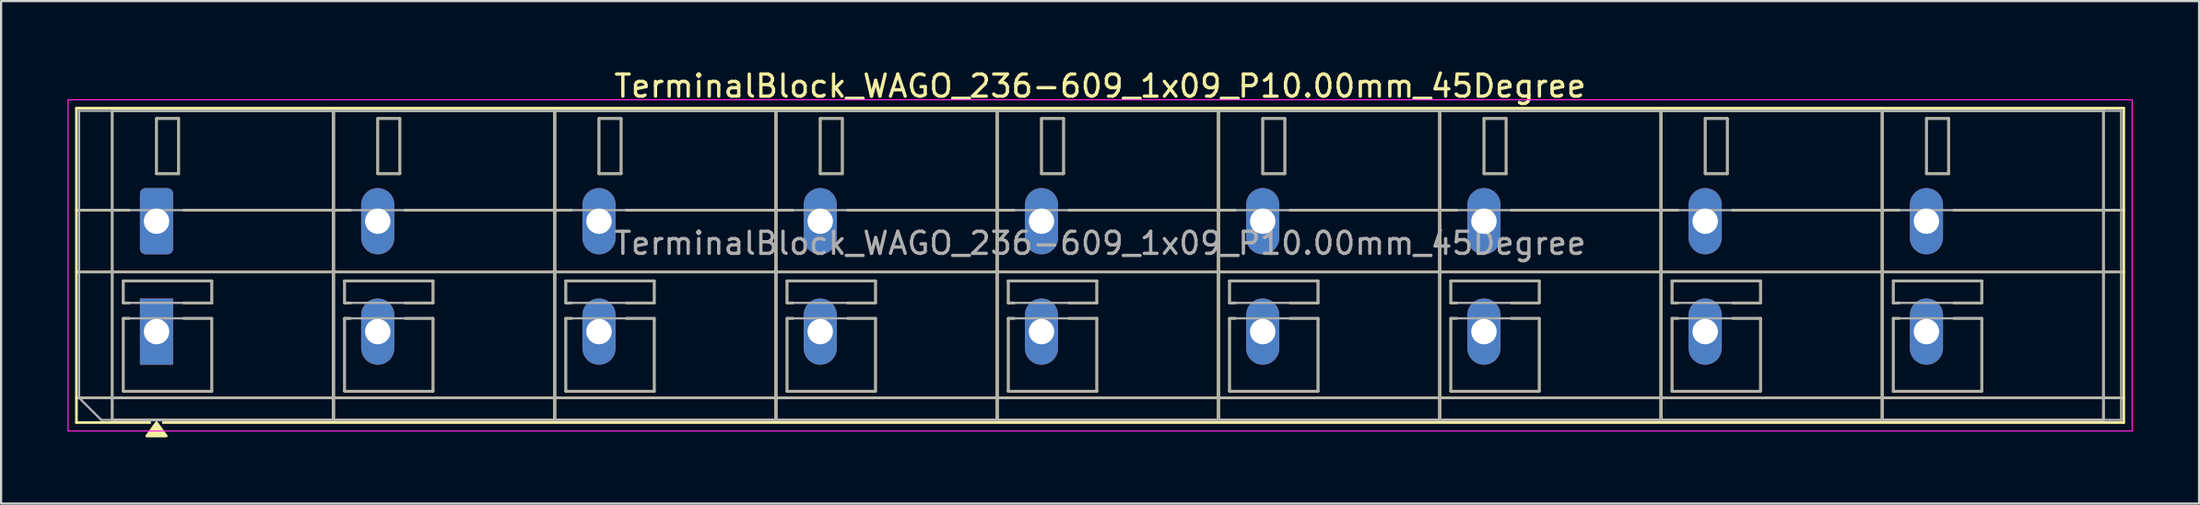
<source format=kicad_pcb>
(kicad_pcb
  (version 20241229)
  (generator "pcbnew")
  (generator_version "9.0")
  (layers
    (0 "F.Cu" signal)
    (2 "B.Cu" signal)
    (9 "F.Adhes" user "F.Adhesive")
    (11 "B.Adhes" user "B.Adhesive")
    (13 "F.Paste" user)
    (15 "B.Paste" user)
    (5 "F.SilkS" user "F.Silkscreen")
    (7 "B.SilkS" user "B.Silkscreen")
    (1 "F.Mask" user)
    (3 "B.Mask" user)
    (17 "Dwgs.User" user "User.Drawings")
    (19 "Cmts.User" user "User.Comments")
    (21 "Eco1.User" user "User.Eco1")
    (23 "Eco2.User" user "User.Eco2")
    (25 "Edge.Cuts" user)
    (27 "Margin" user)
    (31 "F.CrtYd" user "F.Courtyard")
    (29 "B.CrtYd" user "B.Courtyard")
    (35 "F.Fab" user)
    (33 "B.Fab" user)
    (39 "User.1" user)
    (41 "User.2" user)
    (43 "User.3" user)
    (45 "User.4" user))
  (footprint "TerminalBlock_WAGO_236-609_1x09_P10.00mm_45Degree"
    (layer "F.Cu")
    (at 4.025 6.968)
    (property "Reference" "TerminalBlock_WAGO_236-609_1x09_P10.00mm_45Degree" (at 42.65 -6.12 0) (layer "F.SilkS") (effects (font (size 1 1) (thickness 0.15))))
    (attr through_hole)
    (fp_line (start -3.62 -5.12) (end 88.92 -5.12) (stroke (width 0.12) (type solid)) (layer "F.SilkS"))
    (fp_line (start -3.62 -0.5) (end -1.23 -0.5) (stroke (width 0.12) (type solid)) (layer "F.SilkS"))
    (fp_line (start -3.62 2.3) (end 88.92 2.3) (stroke (width 0.12) (type solid)) (layer "F.SilkS"))
    (fp_line (start -3.62 8) (end 88.92 8) (stroke (width 0.12) (type solid)) (layer "F.SilkS"))
    (fp_line (start -3.62 9.12) (end -3.62 -5.12) (stroke (width 0.12) (type solid)) (layer "F.SilkS"))
    (fp_line (start -2 -5) (end 8 -5) (stroke (width 0.12) (type solid)) (layer "F.SilkS"))
    (fp_line (start -2 9) (end -2 -5) (stroke (width 0.12) (type solid)) (layer "F.SilkS"))
    (fp_line (start -1.5 2.7) (end 2.5 2.7) (stroke (width 0.12) (type solid)) (layer "F.SilkS"))
    (fp_line (start -1.5 3.7) (end -1.5 2.7) (stroke (width 0.12) (type solid)) (layer "F.SilkS"))
    (fp_line (start -1.5 4.4) (end -1.23 4.4) (stroke (width 0.12) (type solid)) (layer "F.SilkS"))
    (fp_line (start -1.5 7.7) (end -1.5 4.4) (stroke (width 0.12) (type solid)) (layer "F.SilkS"))
    (fp_line (start -1.23 3.7) (end -1.5 3.7) (stroke (width 0.12) (type solid)) (layer "F.SilkS"))
    (fp_line (start -0.3 9.12) (end -3.62 9.12) (stroke (width 0.12) (type solid)) (layer "F.SilkS"))
    (fp_line (start 0 -4.65) (end 1 -4.65) (stroke (width 0.12) (type solid)) (layer "F.SilkS"))
    (fp_line (start 0 -2.15) (end 0 -4.65) (stroke (width 0.12) (type solid)) (layer "F.SilkS"))
    (fp_line (start 1 -4.65) (end 1 -2.15) (stroke (width 0.12) (type solid)) (layer "F.SilkS"))
    (fp_line (start 1 -2.15) (end 0 -2.15) (stroke (width 0.12) (type solid)) (layer "F.SilkS"))
    (fp_line (start 1.23 -0.5) (end 8.77 -0.5) (stroke (width 0.12) (type solid)) (layer "F.SilkS"))
    (fp_line (start 1.23 4.4) (end 2.5 4.4) (stroke (width 0.12) (type solid)) (layer "F.SilkS"))
    (fp_line (start 2.5 2.7) (end 2.5 3.7) (stroke (width 0.12) (type solid)) (layer "F.SilkS"))
    (fp_line (start 2.5 3.7) (end 1.23 3.7) (stroke (width 0.12) (type solid)) (layer "F.SilkS"))
    (fp_line (start 2.5 4.4) (end 2.5 7.7) (stroke (width 0.12) (type solid)) (layer "F.SilkS"))
    (fp_line (start 2.5 7.7) (end -1.5 7.7) (stroke (width 0.12) (type solid)) (layer "F.SilkS"))
    (fp_line (start 8 -5) (end 8 9) (stroke (width 0.12) (type solid)) (layer "F.SilkS"))
    (fp_line (start 8 -5) (end 18 -5) (stroke (width 0.12) (type solid)) (layer "F.SilkS"))
    (fp_line (start 8 9) (end -2 9) (stroke (width 0.12) (type solid)) (layer "F.SilkS"))
    (fp_line (start 8 9) (end 8 -5) (stroke (width 0.12) (type solid)) (layer "F.SilkS"))
    (fp_line (start 8.5 2.7) (end 12.5 2.7) (stroke (width 0.12) (type solid)) (layer "F.SilkS"))
    (fp_line (start 8.5 3.7) (end 8.5 2.7) (stroke (width 0.12) (type solid)) (layer "F.SilkS"))
    (fp_line (start 8.5 4.4) (end 8.77 4.4) (stroke (width 0.12) (type solid)) (layer "F.SilkS"))
    (fp_line (start 8.5 7.7) (end 8.5 4.4) (stroke (width 0.12) (type solid)) (layer "F.SilkS"))
    (fp_line (start 8.77 3.7) (end 8.5 3.7) (stroke (width 0.12) (type solid)) (layer "F.SilkS"))
    (fp_line (start 10 -4.65) (end 11 -4.65) (stroke (width 0.12) (type solid)) (layer "F.SilkS"))
    (fp_line (start 10 -2.15) (end 10 -4.65) (stroke (width 0.12) (type solid)) (layer "F.SilkS"))
    (fp_line (start 11 -4.65) (end 11 -2.15) (stroke (width 0.12) (type solid)) (layer "F.SilkS"))
    (fp_line (start 11 -2.15) (end 10 -2.15) (stroke (width 0.12) (type solid)) (layer "F.SilkS"))
    (fp_line (start 11.23 -0.5) (end 18.77 -0.5) (stroke (width 0.12) (type solid)) (layer "F.SilkS"))
    (fp_line (start 11.23 4.4) (end 12.5 4.4) (stroke (width 0.12) (type solid)) (layer "F.SilkS"))
    (fp_line (start 12.5 2.7) (end 12.5 3.7) (stroke (width 0.12) (type solid)) (layer "F.SilkS"))
    (fp_line (start 12.5 3.7) (end 11.23 3.7) (stroke (width 0.12) (type solid)) (layer "F.SilkS"))
    (fp_line (start 12.5 4.4) (end 12.5 7.7) (stroke (width 0.12) (type solid)) (layer "F.SilkS"))
    (fp_line (start 12.5 7.7) (end 8.5 7.7) (stroke (width 0.12) (type solid)) (layer "F.SilkS"))
    (fp_line (start 18 -5) (end 18 9) (stroke (width 0.12) (type solid)) (layer "F.SilkS"))
    (fp_line (start 18 -5) (end 28 -5) (stroke (width 0.12) (type solid)) (layer "F.SilkS"))
    (fp_line (start 18 9) (end 8 9) (stroke (width 0.12) (type solid)) (layer "F.SilkS"))
    (fp_line (start 18 9) (end 18 -5) (stroke (width 0.12) (type solid)) (layer "F.SilkS"))
    (fp_line (start 18.5 2.7) (end 22.5 2.7) (stroke (width 0.12) (type solid)) (layer "F.SilkS"))
    (fp_line (start 18.5 3.7) (end 18.5 2.7) (stroke (width 0.12) (type solid)) (layer "F.SilkS"))
    (fp_line (start 18.5 4.4) (end 18.77 4.4) (stroke (width 0.12) (type solid)) (layer "F.SilkS"))
    (fp_line (start 18.5 7.7) (end 18.5 4.4) (stroke (width 0.12) (type solid)) (layer "F.SilkS"))
    (fp_line (start 18.77 3.7) (end 18.5 3.7) (stroke (width 0.12) (type solid)) (layer "F.SilkS"))
    (fp_line (start 20 -4.65) (end 21 -4.65) (stroke (width 0.12) (type solid)) (layer "F.SilkS"))
    (fp_line (start 20 -2.15) (end 20 -4.65) (stroke (width 0.12) (type solid)) (layer "F.SilkS"))
    (fp_line (start 21 -4.65) (end 21 -2.15) (stroke (width 0.12) (type solid)) (layer "F.SilkS"))
    (fp_line (start 21 -2.15) (end 20 -2.15) (stroke (width 0.12) (type solid)) (layer "F.SilkS"))
    (fp_line (start 21.23 -0.5) (end 28.77 -0.5) (stroke (width 0.12) (type solid)) (layer "F.SilkS"))
    (fp_line (start 21.23 4.4) (end 22.5 4.4) (stroke (width 0.12) (type solid)) (layer "F.SilkS"))
    (fp_line (start 22.5 2.7) (end 22.5 3.7) (stroke (width 0.12) (type solid)) (layer "F.SilkS"))
    (fp_line (start 22.5 3.7) (end 21.23 3.7) (stroke (width 0.12) (type solid)) (layer "F.SilkS"))
    (fp_line (start 22.5 4.4) (end 22.5 7.7) (stroke (width 0.12) (type solid)) (layer "F.SilkS"))
    (fp_line (start 22.5 7.7) (end 18.5 7.7) (stroke (width 0.12) (type solid)) (layer "F.SilkS"))
    (fp_line (start 28 -5) (end 28 9) (stroke (width 0.12) (type solid)) (layer "F.SilkS"))
    (fp_line (start 28 -5) (end 38 -5) (stroke (width 0.12) (type solid)) (layer "F.SilkS"))
    (fp_line (start 28 9) (end 18 9) (stroke (width 0.12) (type solid)) (layer "F.SilkS"))
    (fp_line (start 28 9) (end 28 -5) (stroke (width 0.12) (type solid)) (layer "F.SilkS"))
    (fp_line (start 28.5 2.7) (end 32.5 2.7) (stroke (width 0.12) (type solid)) (layer "F.SilkS"))
    (fp_line (start 28.5 3.7) (end 28.5 2.7) (stroke (width 0.12) (type solid)) (layer "F.SilkS"))
    (fp_line (start 28.5 4.4) (end 28.77 4.4) (stroke (width 0.12) (type solid)) (layer "F.SilkS"))
    (fp_line (start 28.5 7.7) (end 28.5 4.4) (stroke (width 0.12) (type solid)) (layer "F.SilkS"))
    (fp_line (start 28.77 3.7) (end 28.5 3.7) (stroke (width 0.12) (type solid)) (layer "F.SilkS"))
    (fp_line (start 30 -4.65) (end 31 -4.65) (stroke (width 0.12) (type solid)) (layer "F.SilkS"))
    (fp_line (start 30 -2.15) (end 30 -4.65) (stroke (width 0.12) (type solid)) (layer "F.SilkS"))
    (fp_line (start 31 -4.65) (end 31 -2.15) (stroke (width 0.12) (type solid)) (layer "F.SilkS"))
    (fp_line (start 31 -2.15) (end 30 -2.15) (stroke (width 0.12) (type solid)) (layer "F.SilkS"))
    (fp_line (start 31.23 -0.5) (end 38.77 -0.5) (stroke (width 0.12) (type solid)) (layer "F.SilkS"))
    (fp_line (start 31.23 4.4) (end 32.5 4.4) (stroke (width 0.12) (type solid)) (layer "F.SilkS"))
    (fp_line (start 32.5 2.7) (end 32.5 3.7) (stroke (width 0.12) (type solid)) (layer "F.SilkS"))
    (fp_line (start 32.5 3.7) (end 31.23 3.7) (stroke (width 0.12) (type solid)) (layer "F.SilkS"))
    (fp_line (start 32.5 4.4) (end 32.5 7.7) (stroke (width 0.12) (type solid)) (layer "F.SilkS"))
    (fp_line (start 32.5 7.7) (end 28.5 7.7) (stroke (width 0.12) (type solid)) (layer "F.SilkS"))
    (fp_line (start 38 -5) (end 38 9) (stroke (width 0.12) (type solid)) (layer "F.SilkS"))
    (fp_line (start 38 -5) (end 48 -5) (stroke (width 0.12) (type solid)) (layer "F.SilkS"))
    (fp_line (start 38 9) (end 28 9) (stroke (width 0.12) (type solid)) (layer "F.SilkS"))
    (fp_line (start 38 9) (end 38 -5) (stroke (width 0.12) (type solid)) (layer "F.SilkS"))
    (fp_line (start 38.5 2.7) (end 42.5 2.7) (stroke (width 0.12) (type solid)) (layer "F.SilkS"))
    (fp_line (start 38.5 3.7) (end 38.5 2.7) (stroke (width 0.12) (type solid)) (layer "F.SilkS"))
    (fp_line (start 38.5 4.4) (end 38.77 4.4) (stroke (width 0.12) (type solid)) (layer "F.SilkS"))
    (fp_line (start 38.5 7.7) (end 38.5 4.4) (stroke (width 0.12) (type solid)) (layer "F.SilkS"))
    (fp_line (start 38.77 3.7) (end 38.5 3.7) (stroke (width 0.12) (type solid)) (layer "F.SilkS"))
    (fp_line (start 40 -4.65) (end 41 -4.65) (stroke (width 0.12) (type solid)) (layer "F.SilkS"))
    (fp_line (start 40 -2.15) (end 40 -4.65) (stroke (width 0.12) (type solid)) (layer "F.SilkS"))
    (fp_line (start 41 -4.65) (end 41 -2.15) (stroke (width 0.12) (type solid)) (layer "F.SilkS"))
    (fp_line (start 41 -2.15) (end 40 -2.15) (stroke (width 0.12) (type solid)) (layer "F.SilkS"))
    (fp_line (start 41.23 -0.5) (end 48.77 -0.5) (stroke (width 0.12) (type solid)) (layer "F.SilkS"))
    (fp_line (start 41.23 4.4) (end 42.5 4.4) (stroke (width 0.12) (type solid)) (layer "F.SilkS"))
    (fp_line (start 42.5 2.7) (end 42.5 3.7) (stroke (width 0.12) (type solid)) (layer "F.SilkS"))
    (fp_line (start 42.5 3.7) (end 41.23 3.7) (stroke (width 0.12) (type solid)) (layer "F.SilkS"))
    (fp_line (start 42.5 4.4) (end 42.5 7.7) (stroke (width 0.12) (type solid)) (layer "F.SilkS"))
    (fp_line (start 42.5 7.7) (end 38.5 7.7) (stroke (width 0.12) (type solid)) (layer "F.SilkS"))
    (fp_line (start 48 -5) (end 48 9) (stroke (width 0.12) (type solid)) (layer "F.SilkS"))
    (fp_line (start 48 -5) (end 58 -5) (stroke (width 0.12) (type solid)) (layer "F.SilkS"))
    (fp_line (start 48 9) (end 38 9) (stroke (width 0.12) (type solid)) (layer "F.SilkS"))
    (fp_line (start 48 9) (end 48 -5) (stroke (width 0.12) (type solid)) (layer "F.SilkS"))
    (fp_line (start 48.5 2.7) (end 52.5 2.7) (stroke (width 0.12) (type solid)) (layer "F.SilkS"))
    (fp_line (start 48.5 3.7) (end 48.5 2.7) (stroke (width 0.12) (type solid)) (layer "F.SilkS"))
    (fp_line (start 48.5 4.4) (end 48.77 4.4) (stroke (width 0.12) (type solid)) (layer "F.SilkS"))
    (fp_line (start 48.5 7.7) (end 48.5 4.4) (stroke (width 0.12) (type solid)) (layer "F.SilkS"))
    (fp_line (start 48.77 3.7) (end 48.5 3.7) (stroke (width 0.12) (type solid)) (layer "F.SilkS"))
    (fp_line (start 50 -4.65) (end 51 -4.65) (stroke (width 0.12) (type solid)) (layer "F.SilkS"))
    (fp_line (start 50 -2.15) (end 50 -4.65) (stroke (width 0.12) (type solid)) (layer "F.SilkS"))
    (fp_line (start 51 -4.65) (end 51 -2.15) (stroke (width 0.12) (type solid)) (layer "F.SilkS"))
    (fp_line (start 51 -2.15) (end 50 -2.15) (stroke (width 0.12) (type solid)) (layer "F.SilkS"))
    (fp_line (start 51.23 -0.5) (end 58.77 -0.5) (stroke (width 0.12) (type solid)) (layer "F.SilkS"))
    (fp_line (start 51.23 4.4) (end 52.5 4.4) (stroke (width 0.12) (type solid)) (layer "F.SilkS"))
    (fp_line (start 52.5 2.7) (end 52.5 3.7) (stroke (width 0.12) (type solid)) (layer "F.SilkS"))
    (fp_line (start 52.5 3.7) (end 51.23 3.7) (stroke (width 0.12) (type solid)) (layer "F.SilkS"))
    (fp_line (start 52.5 4.4) (end 52.5 7.7) (stroke (width 0.12) (type solid)) (layer "F.SilkS"))
    (fp_line (start 52.5 7.7) (end 48.5 7.7) (stroke (width 0.12) (type solid)) (layer "F.SilkS"))
    (fp_line (start 58 -5) (end 58 9) (stroke (width 0.12) (type solid)) (layer "F.SilkS"))
    (fp_line (start 58 -5) (end 68 -5) (stroke (width 0.12) (type solid)) (layer "F.SilkS"))
    (fp_line (start 58 9) (end 48 9) (stroke (width 0.12) (type solid)) (layer "F.SilkS"))
    (fp_line (start 58 9) (end 58 -5) (stroke (width 0.12) (type solid)) (layer "F.SilkS"))
    (fp_line (start 58.5 2.7) (end 62.5 2.7) (stroke (width 0.12) (type solid)) (layer "F.SilkS"))
    (fp_line (start 58.5 3.7) (end 58.5 2.7) (stroke (width 0.12) (type solid)) (layer "F.SilkS"))
    (fp_line (start 58.5 4.4) (end 58.77 4.4) (stroke (width 0.12) (type solid)) (layer "F.SilkS"))
    (fp_line (start 58.5 7.7) (end 58.5 4.4) (stroke (width 0.12) (type solid)) (layer "F.SilkS"))
    (fp_line (start 58.77 3.7) (end 58.5 3.7) (stroke (width 0.12) (type solid)) (layer "F.SilkS"))
    (fp_line (start 60 -4.65) (end 61 -4.65) (stroke (width 0.12) (type solid)) (layer "F.SilkS"))
    (fp_line (start 60 -2.15) (end 60 -4.65) (stroke (width 0.12) (type solid)) (layer "F.SilkS"))
    (fp_line (start 61 -4.65) (end 61 -2.15) (stroke (width 0.12) (type solid)) (layer "F.SilkS"))
    (fp_line (start 61 -2.15) (end 60 -2.15) (stroke (width 0.12) (type solid)) (layer "F.SilkS"))
    (fp_line (start 61.23 -0.5) (end 68.77 -0.5) (stroke (width 0.12) (type solid)) (layer "F.SilkS"))
    (fp_line (start 61.23 4.4) (end 62.5 4.4) (stroke (width 0.12) (type solid)) (layer "F.SilkS"))
    (fp_line (start 62.5 2.7) (end 62.5 3.7) (stroke (width 0.12) (type solid)) (layer "F.SilkS"))
    (fp_line (start 62.5 3.7) (end 61.23 3.7) (stroke (width 0.12) (type solid)) (layer "F.SilkS"))
    (fp_line (start 62.5 4.4) (end 62.5 7.7) (stroke (width 0.12) (type solid)) (layer "F.SilkS"))
    (fp_line (start 62.5 7.7) (end 58.5 7.7) (stroke (width 0.12) (type solid)) (layer "F.SilkS"))
    (fp_line (start 68 -5) (end 68 9) (stroke (width 0.12) (type solid)) (layer "F.SilkS"))
    (fp_line (start 68 -5) (end 78 -5) (stroke (width 0.12) (type solid)) (layer "F.SilkS"))
    (fp_line (start 68 9) (end 58 9) (stroke (width 0.12) (type solid)) (layer "F.SilkS"))
    (fp_line (start 68 9) (end 68 -5) (stroke (width 0.12) (type solid)) (layer "F.SilkS"))
    (fp_line (start 68.5 2.7) (end 72.5 2.7) (stroke (width 0.12) (type solid)) (layer "F.SilkS"))
    (fp_line (start 68.5 3.7) (end 68.5 2.7) (stroke (width 0.12) (type solid)) (layer "F.SilkS"))
    (fp_line (start 68.5 4.4) (end 68.77 4.4) (stroke (width 0.12) (type solid)) (layer "F.SilkS"))
    (fp_line (start 68.5 7.7) (end 68.5 4.4) (stroke (width 0.12) (type solid)) (layer "F.SilkS"))
    (fp_line (start 68.77 3.7) (end 68.5 3.7) (stroke (width 0.12) (type solid)) (layer "F.SilkS"))
    (fp_line (start 70 -4.65) (end 71 -4.65) (stroke (width 0.12) (type solid)) (layer "F.SilkS"))
    (fp_line (start 70 -2.15) (end 70 -4.65) (stroke (width 0.12) (type solid)) (layer "F.SilkS"))
    (fp_line (start 71 -4.65) (end 71 -2.15) (stroke (width 0.12) (type solid)) (layer "F.SilkS"))
    (fp_line (start 71 -2.15) (end 70 -2.15) (stroke (width 0.12) (type solid)) (layer "F.SilkS"))
    (fp_line (start 71.23 -0.5) (end 78.77 -0.5) (stroke (width 0.12) (type solid)) (layer "F.SilkS"))
    (fp_line (start 71.23 4.4) (end 72.5 4.4) (stroke (width 0.12) (type solid)) (layer "F.SilkS"))
    (fp_line (start 72.5 2.7) (end 72.5 3.7) (stroke (width 0.12) (type solid)) (layer "F.SilkS"))
    (fp_line (start 72.5 3.7) (end 71.23 3.7) (stroke (width 0.12) (type solid)) (layer "F.SilkS"))
    (fp_line (start 72.5 4.4) (end 72.5 7.7) (stroke (width 0.12) (type solid)) (layer "F.SilkS"))
    (fp_line (start 72.5 7.7) (end 68.5 7.7) (stroke (width 0.12) (type solid)) (layer "F.SilkS"))
    (fp_line (start 78 -5) (end 78 9) (stroke (width 0.12) (type solid)) (layer "F.SilkS"))
    (fp_line (start 78 -5) (end 88 -5) (stroke (width 0.12) (type solid)) (layer "F.SilkS"))
    (fp_line (start 78 9) (end 68 9) (stroke (width 0.12) (type solid)) (layer "F.SilkS"))
    (fp_line (start 78 9) (end 78 -5) (stroke (width 0.12) (type solid)) (layer "F.SilkS"))
    (fp_line (start 78.5 2.7) (end 82.5 2.7) (stroke (width 0.12) (type solid)) (layer "F.SilkS"))
    (fp_line (start 78.5 3.7) (end 78.5 2.7) (stroke (width 0.12) (type solid)) (layer "F.SilkS"))
    (fp_line (start 78.5 4.4) (end 78.77 4.4) (stroke (width 0.12) (type solid)) (layer "F.SilkS"))
    (fp_line (start 78.5 7.7) (end 78.5 4.4) (stroke (width 0.12) (type solid)) (layer "F.SilkS"))
    (fp_line (start 78.77 3.7) (end 78.5 3.7) (stroke (width 0.12) (type solid)) (layer "F.SilkS"))
    (fp_line (start 80 -4.65) (end 81 -4.65) (stroke (width 0.12) (type solid)) (layer "F.SilkS"))
    (fp_line (start 80 -2.15) (end 80 -4.65) (stroke (width 0.12) (type solid)) (layer "F.SilkS"))
    (fp_line (start 81 -4.65) (end 81 -2.15) (stroke (width 0.12) (type solid)) (layer "F.SilkS"))
    (fp_line (start 81 -2.15) (end 80 -2.15) (stroke (width 0.12) (type solid)) (layer "F.SilkS"))
    (fp_line (start 81.23 -0.5) (end 88.92 -0.5) (stroke (width 0.12) (type solid)) (layer "F.SilkS"))
    (fp_line (start 81.23 4.4) (end 82.5 4.4) (stroke (width 0.12) (type solid)) (layer "F.SilkS"))
    (fp_line (start 82.5 2.7) (end 82.5 3.7) (stroke (width 0.12) (type solid)) (layer "F.SilkS"))
    (fp_line (start 82.5 3.7) (end 81.23 3.7) (stroke (width 0.12) (type solid)) (layer "F.SilkS"))
    (fp_line (start 82.5 4.4) (end 82.5 7.7) (stroke (width 0.12) (type solid)) (layer "F.SilkS"))
    (fp_line (start 82.5 7.7) (end 78.5 7.7) (stroke (width 0.12) (type solid)) (layer "F.SilkS"))
    (fp_line (start 88 -5) (end 88 9) (stroke (width 0.12) (type solid)) (layer "F.SilkS"))
    (fp_line (start 88 9) (end 78 9) (stroke (width 0.12) (type solid)) (layer "F.SilkS"))
    (fp_line (start 88.92 -5.12) (end 88.92 9.12) (stroke (width 0.12) (type solid)) (layer "F.SilkS"))
    (fp_line (start 88.92 9.12) (end 0.3 9.12) (stroke (width 0.12) (type solid)) (layer "F.SilkS"))
    (fp_poly (pts (xy 0 9.12) (xy 0.44 9.73) (xy -0.44 9.73)) (stroke (width 0.12) (type solid)) (fill yes) (layer "F.SilkS"))
    (fp_line (start -4 -5.5) (end -4 9.5) (stroke (width 0.05) (type solid)) (layer "F.CrtYd"))
    (fp_line (start -4 9.5) (end 89.3 9.5) (stroke (width 0.05) (type solid)) (layer "F.CrtYd"))
    (fp_line (start 89.3 -5.5) (end -4 -5.5) (stroke (width 0.05) (type solid)) (layer "F.CrtYd"))
    (fp_line (start 89.3 9.5) (end 89.3 -5.5) (stroke (width 0.05) (type solid)) (layer "F.CrtYd"))
    (fp_line (start -3.5 -5) (end 88.8 -5) (stroke (width 0.1) (type solid)) (layer "F.Fab"))
    (fp_line (start -3.5 -0.5) (end 88.8 -0.5) (stroke (width 0.1) (type solid)) (layer "F.Fab"))
    (fp_line (start -3.5 2.3) (end 88.8 2.3) (stroke (width 0.1) (type solid)) (layer "F.Fab"))
    (fp_line (start -3.5 8) (end -3.5 -5) (stroke (width 0.1) (type solid)) (layer "F.Fab"))
    (fp_line (start -3.5 8) (end 88.8 8) (stroke (width 0.1) (type solid)) (layer "F.Fab"))
    (fp_line (start -2.5 9) (end -3.5 8) (stroke (width 0.1) (type solid)) (layer "F.Fab"))
    (fp_line (start -2 -5) (end -2 9) (stroke (width 0.1) (type solid)) (layer "F.Fab"))
    (fp_line (start -2 9) (end 8 9) (stroke (width 0.1) (type solid)) (layer "F.Fab"))
    (fp_line (start -1.5 2.7) (end -1.5 3.7) (stroke (width 0.1) (type solid)) (layer "F.Fab"))
    (fp_line (start -1.5 3.7) (end 2.5 3.7) (stroke (width 0.1) (type solid)) (layer "F.Fab"))
    (fp_line (start -1.5 4.4) (end -1.5 7.7) (stroke (width 0.1) (type solid)) (layer "F.Fab"))
    (fp_line (start -1.5 7.7) (end 2.5 7.7) (stroke (width 0.1) (type solid)) (layer "F.Fab"))
    (fp_line (start 0 -4.65) (end 0 -2.15) (stroke (width 0.1) (type solid)) (layer "F.Fab"))
    (fp_line (start 0 -2.15) (end 1 -2.15) (stroke (width 0.1) (type solid)) (layer "F.Fab"))
    (fp_line (start 1 -4.65) (end 0 -4.65) (stroke (width 0.1) (type solid)) (layer "F.Fab"))
    (fp_line (start 1 -2.15) (end 1 -4.65) (stroke (width 0.1) (type solid)) (layer "F.Fab"))
    (fp_line (start 2.5 2.7) (end -1.5 2.7) (stroke (width 0.1) (type solid)) (layer "F.Fab"))
    (fp_line (start 2.5 3.7) (end 2.5 2.7) (stroke (width 0.1) (type solid)) (layer "F.Fab"))
    (fp_line (start 2.5 4.4) (end -1.5 4.4) (stroke (width 0.1) (type solid)) (layer "F.Fab"))
    (fp_line (start 2.5 7.7) (end 2.5 4.4) (stroke (width 0.1) (type solid)) (layer "F.Fab"))
    (fp_line (start 8 -5) (end -2 -5) (stroke (width 0.1) (type solid)) (layer "F.Fab"))
    (fp_line (start 8 -5) (end 8 9) (stroke (width 0.1) (type solid)) (layer "F.Fab"))
    (fp_line (start 8 9) (end 8 -5) (stroke (width 0.1) (type solid)) (layer "F.Fab"))
    (fp_line (start 8 9) (end 18 9) (stroke (width 0.1) (type solid)) (layer "F.Fab"))
    (fp_line (start 8.5 2.7) (end 8.5 3.7) (stroke (width 0.1) (type solid)) (layer "F.Fab"))
    (fp_line (start 8.5 3.7) (end 12.5 3.7) (stroke (width 0.1) (type solid)) (layer "F.Fab"))
    (fp_line (start 8.5 4.4) (end 8.5 7.7) (stroke (width 0.1) (type solid)) (layer "F.Fab"))
    (fp_line (start 8.5 7.7) (end 12.5 7.7) (stroke (width 0.1) (type solid)) (layer "F.Fab"))
    (fp_line (start 10 -4.65) (end 10 -2.15) (stroke (width 0.1) (type solid)) (layer "F.Fab"))
    (fp_line (start 10 -2.15) (end 11 -2.15) (stroke (width 0.1) (type solid)) (layer "F.Fab"))
    (fp_line (start 11 -4.65) (end 10 -4.65) (stroke (width 0.1) (type solid)) (layer "F.Fab"))
    (fp_line (start 11 -2.15) (end 11 -4.65) (stroke (width 0.1) (type solid)) (layer "F.Fab"))
    (fp_line (start 12.5 2.7) (end 8.5 2.7) (stroke (width 0.1) (type solid)) (layer "F.Fab"))
    (fp_line (start 12.5 3.7) (end 12.5 2.7) (stroke (width 0.1) (type solid)) (layer "F.Fab"))
    (fp_line (start 12.5 4.4) (end 8.5 4.4) (stroke (width 0.1) (type solid)) (layer "F.Fab"))
    (fp_line (start 12.5 7.7) (end 12.5 4.4) (stroke (width 0.1) (type solid)) (layer "F.Fab"))
    (fp_line (start 18 -5) (end 8 -5) (stroke (width 0.1) (type solid)) (layer "F.Fab"))
    (fp_line (start 18 -5) (end 18 9) (stroke (width 0.1) (type solid)) (layer "F.Fab"))
    (fp_line (start 18 9) (end 18 -5) (stroke (width 0.1) (type solid)) (layer "F.Fab"))
    (fp_line (start 18 9) (end 28 9) (stroke (width 0.1) (type solid)) (layer "F.Fab"))
    (fp_line (start 18.5 2.7) (end 18.5 3.7) (stroke (width 0.1) (type solid)) (layer "F.Fab"))
    (fp_line (start 18.5 3.7) (end 22.5 3.7) (stroke (width 0.1) (type solid)) (layer "F.Fab"))
    (fp_line (start 18.5 4.4) (end 18.5 7.7) (stroke (width 0.1) (type solid)) (layer "F.Fab"))
    (fp_line (start 18.5 7.7) (end 22.5 7.7) (stroke (width 0.1) (type solid)) (layer "F.Fab"))
    (fp_line (start 20 -4.65) (end 20 -2.15) (stroke (width 0.1) (type solid)) (layer "F.Fab"))
    (fp_line (start 20 -2.15) (end 21 -2.15) (stroke (width 0.1) (type solid)) (layer "F.Fab"))
    (fp_line (start 21 -4.65) (end 20 -4.65) (stroke (width 0.1) (type solid)) (layer "F.Fab"))
    (fp_line (start 21 -2.15) (end 21 -4.65) (stroke (width 0.1) (type solid)) (layer "F.Fab"))
    (fp_line (start 22.5 2.7) (end 18.5 2.7) (stroke (width 0.1) (type solid)) (layer "F.Fab"))
    (fp_line (start 22.5 3.7) (end 22.5 2.7) (stroke (width 0.1) (type solid)) (layer "F.Fab"))
    (fp_line (start 22.5 4.4) (end 18.5 4.4) (stroke (width 0.1) (type solid)) (layer "F.Fab"))
    (fp_line (start 22.5 7.7) (end 22.5 4.4) (stroke (width 0.1) (type solid)) (layer "F.Fab"))
    (fp_line (start 28 -5) (end 18 -5) (stroke (width 0.1) (type solid)) (layer "F.Fab"))
    (fp_line (start 28 -5) (end 28 9) (stroke (width 0.1) (type solid)) (layer "F.Fab"))
    (fp_line (start 28 9) (end 28 -5) (stroke (width 0.1) (type solid)) (layer "F.Fab"))
    (fp_line (start 28 9) (end 38 9) (stroke (width 0.1) (type solid)) (layer "F.Fab"))
    (fp_line (start 28.5 2.7) (end 28.5 3.7) (stroke (width 0.1) (type solid)) (layer "F.Fab"))
    (fp_line (start 28.5 3.7) (end 32.5 3.7) (stroke (width 0.1) (type solid)) (layer "F.Fab"))
    (fp_line (start 28.5 4.4) (end 28.5 7.7) (stroke (width 0.1) (type solid)) (layer "F.Fab"))
    (fp_line (start 28.5 7.7) (end 32.5 7.7) (stroke (width 0.1) (type solid)) (layer "F.Fab"))
    (fp_line (start 30 -4.65) (end 30 -2.15) (stroke (width 0.1) (type solid)) (layer "F.Fab"))
    (fp_line (start 30 -2.15) (end 31 -2.15) (stroke (width 0.1) (type solid)) (layer "F.Fab"))
    (fp_line (start 31 -4.65) (end 30 -4.65) (stroke (width 0.1) (type solid)) (layer "F.Fab"))
    (fp_line (start 31 -2.15) (end 31 -4.65) (stroke (width 0.1) (type solid)) (layer "F.Fab"))
    (fp_line (start 32.5 2.7) (end 28.5 2.7) (stroke (width 0.1) (type solid)) (layer "F.Fab"))
    (fp_line (start 32.5 3.7) (end 32.5 2.7) (stroke (width 0.1) (type solid)) (layer "F.Fab"))
    (fp_line (start 32.5 4.4) (end 28.5 4.4) (stroke (width 0.1) (type solid)) (layer "F.Fab"))
    (fp_line (start 32.5 7.7) (end 32.5 4.4) (stroke (width 0.1) (type solid)) (layer "F.Fab"))
    (fp_line (start 38 -5) (end 28 -5) (stroke (width 0.1) (type solid)) (layer "F.Fab"))
    (fp_line (start 38 -5) (end 38 9) (stroke (width 0.1) (type solid)) (layer "F.Fab"))
    (fp_line (start 38 9) (end 38 -5) (stroke (width 0.1) (type solid)) (layer "F.Fab"))
    (fp_line (start 38 9) (end 48 9) (stroke (width 0.1) (type solid)) (layer "F.Fab"))
    (fp_line (start 38.5 2.7) (end 38.5 3.7) (stroke (width 0.1) (type solid)) (layer "F.Fab"))
    (fp_line (start 38.5 3.7) (end 42.5 3.7) (stroke (width 0.1) (type solid)) (layer "F.Fab"))
    (fp_line (start 38.5 4.4) (end 38.5 7.7) (stroke (width 0.1) (type solid)) (layer "F.Fab"))
    (fp_line (start 38.5 7.7) (end 42.5 7.7) (stroke (width 0.1) (type solid)) (layer "F.Fab"))
    (fp_line (start 40 -4.65) (end 40 -2.15) (stroke (width 0.1) (type solid)) (layer "F.Fab"))
    (fp_line (start 40 -2.15) (end 41 -2.15) (stroke (width 0.1) (type solid)) (layer "F.Fab"))
    (fp_line (start 41 -4.65) (end 40 -4.65) (stroke (width 0.1) (type solid)) (layer "F.Fab"))
    (fp_line (start 41 -2.15) (end 41 -4.65) (stroke (width 0.1) (type solid)) (layer "F.Fab"))
    (fp_line (start 42.5 2.7) (end 38.5 2.7) (stroke (width 0.1) (type solid)) (layer "F.Fab"))
    (fp_line (start 42.5 3.7) (end 42.5 2.7) (stroke (width 0.1) (type solid)) (layer "F.Fab"))
    (fp_line (start 42.5 4.4) (end 38.5 4.4) (stroke (width 0.1) (type solid)) (layer "F.Fab"))
    (fp_line (start 42.5 7.7) (end 42.5 4.4) (stroke (width 0.1) (type solid)) (layer "F.Fab"))
    (fp_line (start 48 -5) (end 38 -5) (stroke (width 0.1) (type solid)) (layer "F.Fab"))
    (fp_line (start 48 -5) (end 48 9) (stroke (width 0.1) (type solid)) (layer "F.Fab"))
    (fp_line (start 48 9) (end 48 -5) (stroke (width 0.1) (type solid)) (layer "F.Fab"))
    (fp_line (start 48 9) (end 58 9) (stroke (width 0.1) (type solid)) (layer "F.Fab"))
    (fp_line (start 48.5 2.7) (end 48.5 3.7) (stroke (width 0.1) (type solid)) (layer "F.Fab"))
    (fp_line (start 48.5 3.7) (end 52.5 3.7) (stroke (width 0.1) (type solid)) (layer "F.Fab"))
    (fp_line (start 48.5 4.4) (end 48.5 7.7) (stroke (width 0.1) (type solid)) (layer "F.Fab"))
    (fp_line (start 48.5 7.7) (end 52.5 7.7) (stroke (width 0.1) (type solid)) (layer "F.Fab"))
    (fp_line (start 50 -4.65) (end 50 -2.15) (stroke (width 0.1) (type solid)) (layer "F.Fab"))
    (fp_line (start 50 -2.15) (end 51 -2.15) (stroke (width 0.1) (type solid)) (layer "F.Fab"))
    (fp_line (start 51 -4.65) (end 50 -4.65) (stroke (width 0.1) (type solid)) (layer "F.Fab"))
    (fp_line (start 51 -2.15) (end 51 -4.65) (stroke (width 0.1) (type solid)) (layer "F.Fab"))
    (fp_line (start 52.5 2.7) (end 48.5 2.7) (stroke (width 0.1) (type solid)) (layer "F.Fab"))
    (fp_line (start 52.5 3.7) (end 52.5 2.7) (stroke (width 0.1) (type solid)) (layer "F.Fab"))
    (fp_line (start 52.5 4.4) (end 48.5 4.4) (stroke (width 0.1) (type solid)) (layer "F.Fab"))
    (fp_line (start 52.5 7.7) (end 52.5 4.4) (stroke (width 0.1) (type solid)) (layer "F.Fab"))
    (fp_line (start 58 -5) (end 48 -5) (stroke (width 0.1) (type solid)) (layer "F.Fab"))
    (fp_line (start 58 -5) (end 58 9) (stroke (width 0.1) (type solid)) (layer "F.Fab"))
    (fp_line (start 58 9) (end 58 -5) (stroke (width 0.1) (type solid)) (layer "F.Fab"))
    (fp_line (start 58 9) (end 68 9) (stroke (width 0.1) (type solid)) (layer "F.Fab"))
    (fp_line (start 58.5 2.7) (end 58.5 3.7) (stroke (width 0.1) (type solid)) (layer "F.Fab"))
    (fp_line (start 58.5 3.7) (end 62.5 3.7) (stroke (width 0.1) (type solid)) (layer "F.Fab"))
    (fp_line (start 58.5 4.4) (end 58.5 7.7) (stroke (width 0.1) (type solid)) (layer "F.Fab"))
    (fp_line (start 58.5 7.7) (end 62.5 7.7) (stroke (width 0.1) (type solid)) (layer "F.Fab"))
    (fp_line (start 60 -4.65) (end 60 -2.15) (stroke (width 0.1) (type solid)) (layer "F.Fab"))
    (fp_line (start 60 -2.15) (end 61 -2.15) (stroke (width 0.1) (type solid)) (layer "F.Fab"))
    (fp_line (start 61 -4.65) (end 60 -4.65) (stroke (width 0.1) (type solid)) (layer "F.Fab"))
    (fp_line (start 61 -2.15) (end 61 -4.65) (stroke (width 0.1) (type solid)) (layer "F.Fab"))
    (fp_line (start 62.5 2.7) (end 58.5 2.7) (stroke (width 0.1) (type solid)) (layer "F.Fab"))
    (fp_line (start 62.5 3.7) (end 62.5 2.7) (stroke (width 0.1) (type solid)) (layer "F.Fab"))
    (fp_line (start 62.5 4.4) (end 58.5 4.4) (stroke (width 0.1) (type solid)) (layer "F.Fab"))
    (fp_line (start 62.5 7.7) (end 62.5 4.4) (stroke (width 0.1) (type solid)) (layer "F.Fab"))
    (fp_line (start 68 -5) (end 58 -5) (stroke (width 0.1) (type solid)) (layer "F.Fab"))
    (fp_line (start 68 -5) (end 68 9) (stroke (width 0.1) (type solid)) (layer "F.Fab"))
    (fp_line (start 68 9) (end 68 -5) (stroke (width 0.1) (type solid)) (layer "F.Fab"))
    (fp_line (start 68 9) (end 78 9) (stroke (width 0.1) (type solid)) (layer "F.Fab"))
    (fp_line (start 68.5 2.7) (end 68.5 3.7) (stroke (width 0.1) (type solid)) (layer "F.Fab"))
    (fp_line (start 68.5 3.7) (end 72.5 3.7) (stroke (width 0.1) (type solid)) (layer "F.Fab"))
    (fp_line (start 68.5 4.4) (end 68.5 7.7) (stroke (width 0.1) (type solid)) (layer "F.Fab"))
    (fp_line (start 68.5 7.7) (end 72.5 7.7) (stroke (width 0.1) (type solid)) (layer "F.Fab"))
    (fp_line (start 70 -4.65) (end 70 -2.15) (stroke (width 0.1) (type solid)) (layer "F.Fab"))
    (fp_line (start 70 -2.15) (end 71 -2.15) (stroke (width 0.1) (type solid)) (layer "F.Fab"))
    (fp_line (start 71 -4.65) (end 70 -4.65) (stroke (width 0.1) (type solid)) (layer "F.Fab"))
    (fp_line (start 71 -2.15) (end 71 -4.65) (stroke (width 0.1) (type solid)) (layer "F.Fab"))
    (fp_line (start 72.5 2.7) (end 68.5 2.7) (stroke (width 0.1) (type solid)) (layer "F.Fab"))
    (fp_line (start 72.5 3.7) (end 72.5 2.7) (stroke (width 0.1) (type solid)) (layer "F.Fab"))
    (fp_line (start 72.5 4.4) (end 68.5 4.4) (stroke (width 0.1) (type solid)) (layer "F.Fab"))
    (fp_line (start 72.5 7.7) (end 72.5 4.4) (stroke (width 0.1) (type solid)) (layer "F.Fab"))
    (fp_line (start 78 -5) (end 68 -5) (stroke (width 0.1) (type solid)) (layer "F.Fab"))
    (fp_line (start 78 -5) (end 78 9) (stroke (width 0.1) (type solid)) (layer "F.Fab"))
    (fp_line (start 78 9) (end 78 -5) (stroke (width 0.1) (type solid)) (layer "F.Fab"))
    (fp_line (start 78 9) (end 88 9) (stroke (width 0.1) (type solid)) (layer "F.Fab"))
    (fp_line (start 78.5 2.7) (end 78.5 3.7) (stroke (width 0.1) (type solid)) (layer "F.Fab"))
    (fp_line (start 78.5 3.7) (end 82.5 3.7) (stroke (width 0.1) (type solid)) (layer "F.Fab"))
    (fp_line (start 78.5 4.4) (end 78.5 7.7) (stroke (width 0.1) (type solid)) (layer "F.Fab"))
    (fp_line (start 78.5 7.7) (end 82.5 7.7) (stroke (width 0.1) (type solid)) (layer "F.Fab"))
    (fp_line (start 80 -4.65) (end 80 -2.15) (stroke (width 0.1) (type solid)) (layer "F.Fab"))
    (fp_line (start 80 -2.15) (end 81 -2.15) (stroke (width 0.1) (type solid)) (layer "F.Fab"))
    (fp_line (start 81 -4.65) (end 80 -4.65) (stroke (width 0.1) (type solid)) (layer "F.Fab"))
    (fp_line (start 81 -2.15) (end 81 -4.65) (stroke (width 0.1) (type solid)) (layer "F.Fab"))
    (fp_line (start 82.5 2.7) (end 78.5 2.7) (stroke (width 0.1) (type solid)) (layer "F.Fab"))
    (fp_line (start 82.5 3.7) (end 82.5 2.7) (stroke (width 0.1) (type solid)) (layer "F.Fab"))
    (fp_line (start 82.5 4.4) (end 78.5 4.4) (stroke (width 0.1) (type solid)) (layer "F.Fab"))
    (fp_line (start 82.5 7.7) (end 82.5 4.4) (stroke (width 0.1) (type solid)) (layer "F.Fab"))
    (fp_line (start 88 -5) (end 78 -5) (stroke (width 0.1) (type solid)) (layer "F.Fab"))
    (fp_line (start 88 9) (end 88 -5) (stroke (width 0.1) (type solid)) (layer "F.Fab"))
    (fp_line (start 88.8 -5) (end 88.8 9) (stroke (width 0.1) (type solid)) (layer "F.Fab"))
    (fp_line (start 88.8 9) (end -2.5 9) (stroke (width 0.1) (type solid)) (layer "F.Fab"))
    (fp_text user "${REFERENCE}" (at 42.65 1 0) (layer "F.Fab") (effects (font (size 1 1) (thickness 0.15))))
    (pad "1" thru_hole roundrect (at 0 0) (size 1.5 3) (drill 1.15) (layers "*.Cu" "*.Mask") (roundrect_rratio 0.167))
    (pad "1" thru_hole rect (at 0 5) (size 1.5 3) (drill 1.15) (layers "*.Cu" "*.Mask"))
    (pad "2" thru_hole oval (at 10 0) (size 1.5 3) (drill 1.15) (layers "*.Cu" "*.Mask"))
    (pad "2" thru_hole oval (at 10 5) (size 1.5 3) (drill 1.15) (layers "*.Cu" "*.Mask"))
    (pad "3" thru_hole oval (at 20 0) (size 1.5 3) (drill 1.15) (layers "*.Cu" "*.Mask"))
    (pad "3" thru_hole oval (at 20 5) (size 1.5 3) (drill 1.15) (layers "*.Cu" "*.Mask"))
    (pad "4" thru_hole oval (at 30 0) (size 1.5 3) (drill 1.15) (layers "*.Cu" "*.Mask"))
    (pad "4" thru_hole oval (at 30 5) (size 1.5 3) (drill 1.15) (layers "*.Cu" "*.Mask"))
    (pad "5" thru_hole oval (at 40 0) (size 1.5 3) (drill 1.15) (layers "*.Cu" "*.Mask"))
    (pad "5" thru_hole oval (at 40 5) (size 1.5 3) (drill 1.15) (layers "*.Cu" "*.Mask"))
    (pad "6" thru_hole oval (at 50 0) (size 1.5 3) (drill 1.15) (layers "*.Cu" "*.Mask"))
    (pad "6" thru_hole oval (at 50 5) (size 1.5 3) (drill 1.15) (layers "*.Cu" "*.Mask"))
    (pad "7" thru_hole oval (at 60 0) (size 1.5 3) (drill 1.15) (layers "*.Cu" "*.Mask"))
    (pad "7" thru_hole oval (at 60 5) (size 1.5 3) (drill 1.15) (layers "*.Cu" "*.Mask"))
    (pad "8" thru_hole oval (at 70 0) (size 1.5 3) (drill 1.15) (layers "*.Cu" "*.Mask"))
    (pad "8" thru_hole oval (at 70 5) (size 1.5 3) (drill 1.15) (layers "*.Cu" "*.Mask"))
    (pad "9" thru_hole oval (at 80 0) (size 1.5 3) (drill 1.15) (layers "*.Cu" "*.Mask"))
    (pad "9" thru_hole oval (at 80 5) (size 1.5 3) (drill 1.15) (layers "*.Cu" "*.Mask")))
  (gr_rect
    (start -3 -3)
    (end 96.35 19.758)
    (stroke (width 0.1) (type default))
    (fill no)
    (layer "Edge.Cuts")))
</source>
